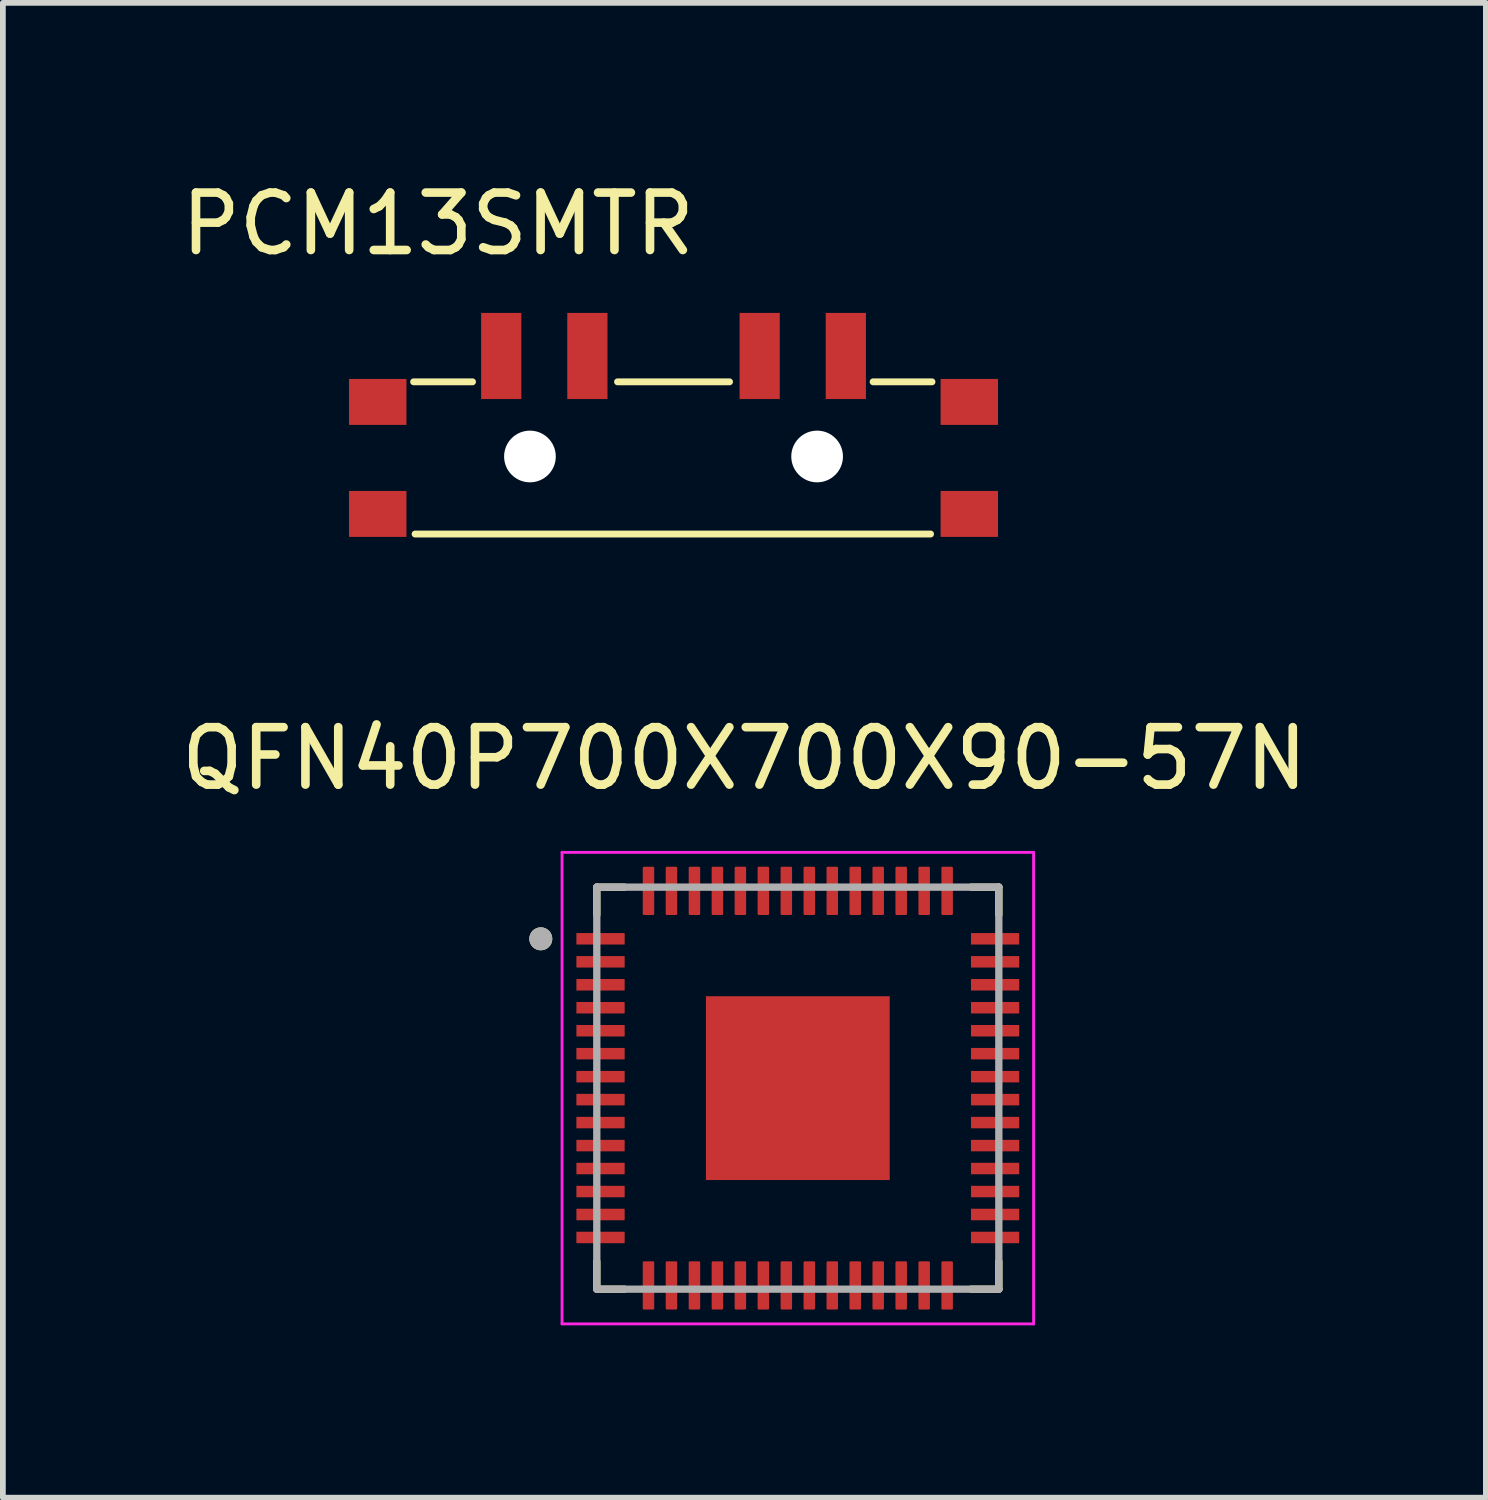
<source format=kicad_pcb>
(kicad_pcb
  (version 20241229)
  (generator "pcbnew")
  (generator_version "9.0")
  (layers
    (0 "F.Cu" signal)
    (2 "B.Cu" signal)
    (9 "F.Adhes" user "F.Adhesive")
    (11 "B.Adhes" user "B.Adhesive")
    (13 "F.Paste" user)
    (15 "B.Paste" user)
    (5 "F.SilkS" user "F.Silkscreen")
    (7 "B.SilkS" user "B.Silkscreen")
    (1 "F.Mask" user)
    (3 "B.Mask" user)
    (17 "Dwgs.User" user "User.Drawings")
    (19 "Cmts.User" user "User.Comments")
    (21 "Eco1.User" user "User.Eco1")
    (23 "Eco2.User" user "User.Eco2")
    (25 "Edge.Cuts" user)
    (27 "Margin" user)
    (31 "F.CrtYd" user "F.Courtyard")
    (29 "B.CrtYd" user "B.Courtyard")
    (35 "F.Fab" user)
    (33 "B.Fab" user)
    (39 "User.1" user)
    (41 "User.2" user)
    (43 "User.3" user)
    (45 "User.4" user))
  (footprint "PCM13SMTR"
    (layer "F.Cu")
    (at 8.677 4.898)
    (property "Reference" "PCM13SMTR" (at -4.1 -4.05 0) (layer "F.SilkS") (effects (font (size 1 1) (thickness 0.15))))
    (attr through_hole)
    (fp_line (start -4.525 -1.3) (end -3.5 -1.3) (stroke (width 0.12) (type solid)) (layer "F.SilkS"))
    (fp_line (start -4.5 1.35) (end 4.475 1.35) (stroke (width 0.12) (type solid)) (layer "F.SilkS"))
    (fp_line (start -0.975 -1.3) (end 0.975 -1.3) (stroke (width 0.12) (type solid)) (layer "F.SilkS"))
    (fp_line (start 3.475 -1.3) (end 4.5 -1.3) (stroke (width 0.12) (type solid)) (layer "F.SilkS"))
    (pad "" np_thru_hole circle (at -2.5 0) (size 0.9 0.9) (drill 0.9) (layers "*.Cu" "*.Mask"))
    (pad "" np_thru_hole circle (at 2.5 0) (size 0.9 0.9) (drill 0.9) (layers "*.Cu" "*.Mask"))
    (pad "1" smd rect (at -3 -1.75) (size 0.7 1.5) (layers "F.Cu" "F.Mask" "F.Paste"))
    (pad "2" smd rect (at -1.5 -1.75) (size 0.7 1.5) (layers "F.Cu" "F.Mask" "F.Paste"))
    (pad "3" smd rect (at 1.5 -1.75) (size 0.7 1.5) (layers "F.Cu" "F.Mask" "F.Paste"))
    (pad "4" smd rect (at 3 -1.75) (size 0.7 1.5) (layers "F.Cu" "F.Mask" "F.Paste"))
    (pad "5" smd rect (at -5.15 -0.95) (size 1 0.8) (layers "F.Cu" "F.Mask" "F.Paste"))
    (pad "5" smd rect (at -5.15 1) (size 1 0.8) (layers "F.Cu" "F.Mask" "F.Paste"))
    (pad "5" smd rect (at 5.15 -0.95) (size 1 0.8) (layers "F.Cu" "F.Mask" "F.Paste"))
    (pad "5" smd rect (at 5.15 1) (size 1 0.8) (layers "F.Cu" "F.Mask" "F.Paste")))
  (footprint "QFN40P700X700X90-57N"
    (layer "F.Cu")
    (at 10.841 15.896)
    (property "Reference" "QFN40P700X700X90-57N" (at -0.93 -5.74 0) (layer "F.SilkS") (effects (font (size 1 1) (thickness 0.15))))
    (attr smd)
    (fp_line (start -3.5 -3.5) (end -3.5 -3.02) (stroke (width 0.127) (type solid)) (layer "F.SilkS"))
    (fp_line (start -3.5 -3.5) (end -3.02 -3.5) (stroke (width 0.127) (type solid)) (layer "F.SilkS"))
    (fp_line (start -3.5 3.5) (end -3.5 3.02) (stroke (width 0.127) (type solid)) (layer "F.SilkS"))
    (fp_line (start -3.5 3.5) (end -3.02 3.5) (stroke (width 0.127) (type solid)) (layer "F.SilkS"))
    (fp_line (start 3.5 -3.5) (end 3.02 -3.5) (stroke (width 0.127) (type solid)) (layer "F.SilkS"))
    (fp_line (start 3.5 -3.5) (end 3.5 -3.02) (stroke (width 0.127) (type solid)) (layer "F.SilkS"))
    (fp_line (start 3.5 3.5) (end 3.02 3.5) (stroke (width 0.127) (type solid)) (layer "F.SilkS"))
    (fp_line (start 3.5 3.5) (end 3.5 3.02) (stroke (width 0.127) (type solid)) (layer "F.SilkS"))
    (fp_circle (center -4.475 -2.6) (end -4.375 -2.6) (stroke (width 0.2) (type solid)) (fill no) (layer "F.SilkS"))
    (fp_poly (pts (xy -0.98 -0.98) (xy 0.98 -0.98) (xy 0.98 0.98) (xy -0.98 0.98)) (stroke (width 0.01) (type solid)) (fill yes) (layer "F.Paste"))
    (fp_line (start -4.105 -4.105) (end 4.105 -4.105) (stroke (width 0.05) (type solid)) (layer "F.CrtYd"))
    (fp_line (start -4.105 4.105) (end -4.105 -4.105) (stroke (width 0.05) (type solid)) (layer "F.CrtYd"))
    (fp_line (start -4.105 4.105) (end 4.105 4.105) (stroke (width 0.05) (type solid)) (layer "F.CrtYd"))
    (fp_line (start 4.105 4.105) (end 4.105 -4.105) (stroke (width 0.05) (type solid)) (layer "F.CrtYd"))
    (fp_line (start -3.5 3.5) (end -3.5 -3.5) (stroke (width 0.127) (type solid)) (layer "F.Fab"))
    (fp_line (start 3.5 -3.5) (end -3.5 -3.5) (stroke (width 0.127) (type solid)) (layer "F.Fab"))
    (fp_line (start 3.5 3.5) (end -3.5 3.5) (stroke (width 0.127) (type solid)) (layer "F.Fab"))
    (fp_line (start 3.5 3.5) (end 3.5 -3.5) (stroke (width 0.127) (type solid)) (layer "F.Fab"))
    (fp_circle (center -4.475 -2.6) (end -4.375 -2.6) (stroke (width 0.2) (type solid)) (fill no) (layer "F.Fab"))
    (pad "1" smd roundrect (at -3.435 -2.6) (size 0.84 0.2) (layers "F.Cu" "F.Mask" "F.Paste") (roundrect_rratio 0.03))
    (pad "2" smd roundrect (at -3.435 -2.2) (size 0.84 0.2) (layers "F.Cu" "F.Mask" "F.Paste") (roundrect_rratio 0.03))
    (pad "3" smd roundrect (at -3.435 -1.8) (size 0.84 0.2) (layers "F.Cu" "F.Mask" "F.Paste") (roundrect_rratio 0.03))
    (pad "4" smd roundrect (at -3.435 -1.4) (size 0.84 0.2) (layers "F.Cu" "F.Mask" "F.Paste") (roundrect_rratio 0.03))
    (pad "5" smd roundrect (at -3.435 -1) (size 0.84 0.2) (layers "F.Cu" "F.Mask" "F.Paste") (roundrect_rratio 0.03))
    (pad "6" smd roundrect (at -3.435 -0.6) (size 0.84 0.2) (layers "F.Cu" "F.Mask" "F.Paste") (roundrect_rratio 0.03))
    (pad "7" smd roundrect (at -3.435 -0.2) (size 0.84 0.2) (layers "F.Cu" "F.Mask" "F.Paste") (roundrect_rratio 0.03))
    (pad "8" smd roundrect (at -3.435 0.2) (size 0.84 0.2) (layers "F.Cu" "F.Mask" "F.Paste") (roundrect_rratio 0.03))
    (pad "9" smd roundrect (at -3.435 0.6) (size 0.84 0.2) (layers "F.Cu" "F.Mask" "F.Paste") (roundrect_rratio 0.03))
    (pad "10" smd roundrect (at -3.435 1) (size 0.84 0.2) (layers "F.Cu" "F.Mask" "F.Paste") (roundrect_rratio 0.03))
    (pad "11" smd roundrect (at -3.435 1.4) (size 0.84 0.2) (layers "F.Cu" "F.Mask" "F.Paste") (roundrect_rratio 0.03))
    (pad "12" smd roundrect (at -3.435 1.8) (size 0.84 0.2) (layers "F.Cu" "F.Mask" "F.Paste") (roundrect_rratio 0.03))
    (pad "13" smd roundrect (at -3.435 2.2) (size 0.84 0.2) (layers "F.Cu" "F.Mask" "F.Paste") (roundrect_rratio 0.03))
    (pad "14" smd roundrect (at -3.435 2.6) (size 0.84 0.2) (layers "F.Cu" "F.Mask" "F.Paste") (roundrect_rratio 0.03))
    (pad "15" smd roundrect (at -2.6 3.435) (size 0.2 0.84) (layers "F.Cu" "F.Mask" "F.Paste") (roundrect_rratio 0.1))
    (pad "16" smd roundrect (at -2.2 3.435) (size 0.2 0.84) (layers "F.Cu" "F.Mask" "F.Paste") (roundrect_rratio 0.1))
    (pad "17" smd roundrect (at -1.8 3.435) (size 0.2 0.84) (layers "F.Cu" "F.Mask" "F.Paste") (roundrect_rratio 0.1))
    (pad "18" smd roundrect (at -1.4 3.435) (size 0.2 0.84) (layers "F.Cu" "F.Mask" "F.Paste") (roundrect_rratio 0.1))
    (pad "19" smd roundrect (at -1 3.435) (size 0.2 0.84) (layers "F.Cu" "F.Mask" "F.Paste") (roundrect_rratio 0.1))
    (pad "20" smd roundrect (at -0.6 3.435) (size 0.2 0.84) (layers "F.Cu" "F.Mask" "F.Paste") (roundrect_rratio 0.1))
    (pad "21" smd roundrect (at -0.2 3.435) (size 0.2 0.84) (layers "F.Cu" "F.Mask" "F.Paste") (roundrect_rratio 0.1))
    (pad "22" smd roundrect (at 0.2 3.435) (size 0.2 0.84) (layers "F.Cu" "F.Mask" "F.Paste") (roundrect_rratio 0.1))
    (pad "23" smd roundrect (at 0.6 3.435) (size 0.2 0.84) (layers "F.Cu" "F.Mask" "F.Paste") (roundrect_rratio 0.1))
    (pad "24" smd roundrect (at 1 3.435) (size 0.2 0.84) (layers "F.Cu" "F.Mask" "F.Paste") (roundrect_rratio 0.1))
    (pad "25" smd roundrect (at 1.4 3.435) (size 0.2 0.84) (layers "F.Cu" "F.Mask" "F.Paste") (roundrect_rratio 0.1))
    (pad "26" smd roundrect (at 1.8 3.435) (size 0.2 0.84) (layers "F.Cu" "F.Mask" "F.Paste") (roundrect_rratio 0.1))
    (pad "27" smd roundrect (at 2.2 3.435) (size 0.2 0.84) (layers "F.Cu" "F.Mask" "F.Paste") (roundrect_rratio 0.1))
    (pad "28" smd roundrect (at 2.6 3.435) (size 0.2 0.84) (layers "F.Cu" "F.Mask" "F.Paste") (roundrect_rratio 0.1))
    (pad "29" smd roundrect (at 3.435 2.6) (size 0.84 0.2) (layers "F.Cu" "F.Mask" "F.Paste") (roundrect_rratio 0.03))
    (pad "30" smd roundrect (at 3.435 2.2) (size 0.84 0.2) (layers "F.Cu" "F.Mask" "F.Paste") (roundrect_rratio 0.03))
    (pad "31" smd roundrect (at 3.435 1.8) (size 0.84 0.2) (layers "F.Cu" "F.Mask" "F.Paste") (roundrect_rratio 0.03))
    (pad "32" smd roundrect (at 3.435 1.4) (size 0.84 0.2) (layers "F.Cu" "F.Mask" "F.Paste") (roundrect_rratio 0.03))
    (pad "33" smd roundrect (at 3.435 1) (size 0.84 0.2) (layers "F.Cu" "F.Mask" "F.Paste") (roundrect_rratio 0.03))
    (pad "34" smd roundrect (at 3.435 0.6) (size 0.84 0.2) (layers "F.Cu" "F.Mask" "F.Paste") (roundrect_rratio 0.03))
    (pad "35" smd roundrect (at 3.435 0.2) (size 0.84 0.2) (layers "F.Cu" "F.Mask" "F.Paste") (roundrect_rratio 0.03))
    (pad "36" smd roundrect (at 3.435 -0.2) (size 0.84 0.2) (layers "F.Cu" "F.Mask" "F.Paste") (roundrect_rratio 0.03))
    (pad "37" smd roundrect (at 3.435 -0.6) (size 0.84 0.2) (layers "F.Cu" "F.Mask" "F.Paste") (roundrect_rratio 0.03))
    (pad "38" smd roundrect (at 3.435 -1) (size 0.84 0.2) (layers "F.Cu" "F.Mask" "F.Paste") (roundrect_rratio 0.03))
    (pad "39" smd roundrect (at 3.435 -1.4) (size 0.84 0.2) (layers "F.Cu" "F.Mask" "F.Paste") (roundrect_rratio 0.03))
    (pad "40" smd roundrect (at 3.435 -1.8) (size 0.84 0.2) (layers "F.Cu" "F.Mask" "F.Paste") (roundrect_rratio 0.03))
    (pad "41" smd roundrect (at 3.435 -2.2) (size 0.84 0.2) (layers "F.Cu" "F.Mask" "F.Paste") (roundrect_rratio 0.03))
    (pad "42" smd roundrect (at 3.435 -2.6) (size 0.84 0.2) (layers "F.Cu" "F.Mask" "F.Paste") (roundrect_rratio 0.03))
    (pad "43" smd roundrect (at 2.6 -3.435) (size 0.2 0.84) (layers "F.Cu" "F.Mask" "F.Paste") (roundrect_rratio 0.1))
    (pad "44" smd roundrect (at 2.2 -3.435) (size 0.2 0.84) (layers "F.Cu" "F.Mask" "F.Paste") (roundrect_rratio 0.1))
    (pad "45" smd roundrect (at 1.8 -3.435) (size 0.2 0.84) (layers "F.Cu" "F.Mask" "F.Paste") (roundrect_rratio 0.1))
    (pad "46" smd roundrect (at 1.4 -3.435) (size 0.2 0.84) (layers "F.Cu" "F.Mask" "F.Paste") (roundrect_rratio 0.1))
    (pad "47" smd roundrect (at 1 -3.435) (size 0.2 0.84) (layers "F.Cu" "F.Mask" "F.Paste") (roundrect_rratio 0.1))
    (pad "48" smd roundrect (at 0.6 -3.435) (size 0.2 0.84) (layers "F.Cu" "F.Mask" "F.Paste") (roundrect_rratio 0.1))
    (pad "49" smd roundrect (at 0.2 -3.435) (size 0.2 0.84) (layers "F.Cu" "F.Mask" "F.Paste") (roundrect_rratio 0.1))
    (pad "50" smd roundrect (at -0.2 -3.435) (size 0.2 0.84) (layers "F.Cu" "F.Mask" "F.Paste") (roundrect_rratio 0.1))
    (pad "51" smd roundrect (at -0.6 -3.435) (size 0.2 0.84) (layers "F.Cu" "F.Mask" "F.Paste") (roundrect_rratio 0.1))
    (pad "52" smd roundrect (at -1 -3.435) (size 0.2 0.84) (layers "F.Cu" "F.Mask" "F.Paste") (roundrect_rratio 0.1))
    (pad "53" smd roundrect (at -1.4 -3.435) (size 0.2 0.84) (layers "F.Cu" "F.Mask" "F.Paste") (roundrect_rratio 0.1))
    (pad "54" smd roundrect (at -1.8 -3.435) (size 0.2 0.84) (layers "F.Cu" "F.Mask" "F.Paste") (roundrect_rratio 0.1))
    (pad "55" smd roundrect (at -2.2 -3.435) (size 0.2 0.84) (layers "F.Cu" "F.Mask" "F.Paste") (roundrect_rratio 0.1))
    (pad "56" smd roundrect (at -2.6 -3.435) (size 0.2 0.84) (layers "F.Cu" "F.Mask" "F.Paste") (roundrect_rratio 0.1))
    (pad "57" smd rect (at 0 0) (size 3.2 3.2) (layers "F.Cu" "F.Mask")))
  (gr_rect
    (start -3 -3)
    (end 22.821 23.026)
    (stroke (width 0.1) (type default))
    (fill no)
    (layer "Edge.Cuts")))
</source>
